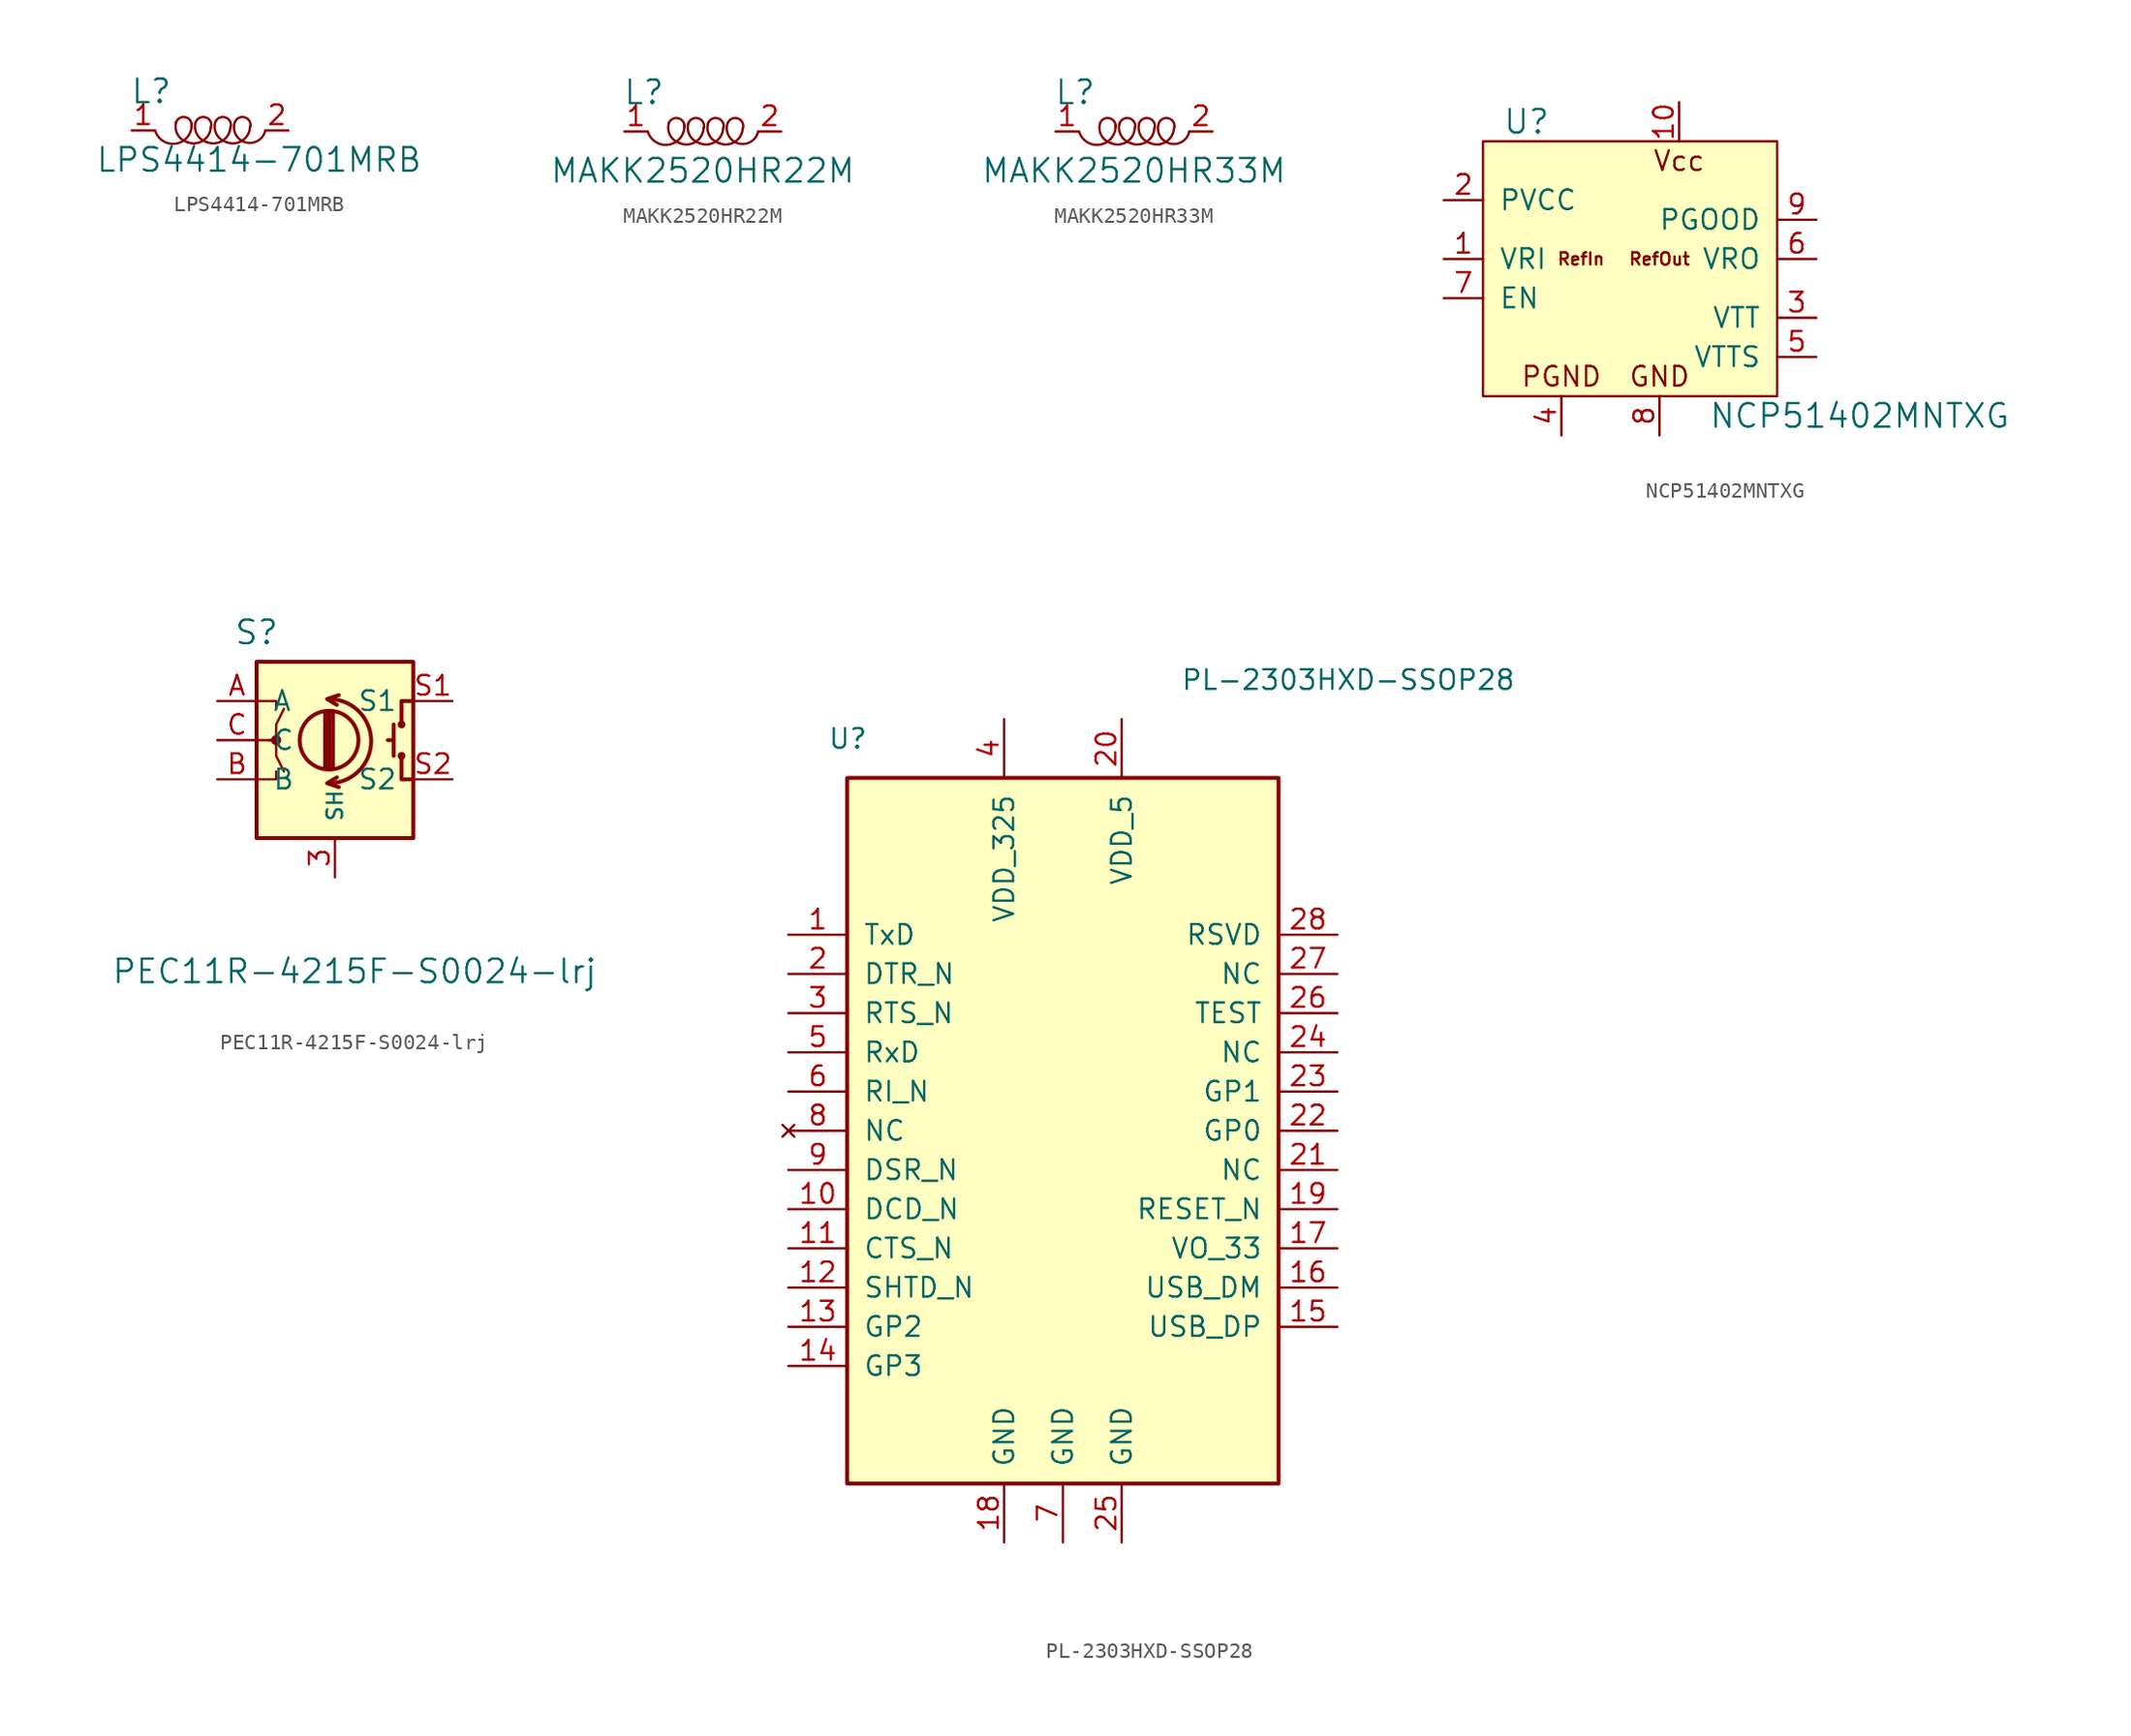
<source format=kicad_sym>
(kicad_symbol_lib
  (version 20211014)
  (generator kicad_symbol_editor)
  (symbol "LPS4414-701MRB"
    (pin_names
      (offset 1.016))
    (property "Reference" "L"
      (at -3.81 2.54 0)
      (effects (font (size 1.524 1.524))))
    (property "Value" "LPS4414-701MRB"
      (at 3.175 -1.905 0)
      (effects (font (size 1.524 1.524))))
    (symbol "LPS4414-701MRB_0_1"
      (arc (start -3.556 0) (mid -2.1694 -0.8461) (end -1.1938 0.4318) (stroke (width 0) (type default) (color 0 0 0 0)) (fill (type none)))
      (arc (start -2.2098 0.508) (mid -2.0918 -0.2848) (end -1.4478 -0.762) (stroke (width 0) (type default) (color 0 0 0 0)) (fill (type none)))
      (arc (start -1.4732 -0.762) (mid -0.4347 -0.6489) (end 0.0508 0.254) (stroke (width 0) (type default) (color 0 0 0 0)) (fill (type none)))
      (arc (start -1.1938 0.254) (mid -1.5764 0.8583) (end -2.2098 0.508) (stroke (width 0) (type default) (color 0 0 0 0)) (fill (type none)))
      (arc (start -0.9398 0.508) (mid -0.8218 -0.2848) (end -0.1778 -0.762) (stroke (width 0) (type default) (color 0 0 0 0)) (fill (type none)))
      (arc (start -0.2032 -0.762) (mid 0.8353 -0.6489) (end 1.3208 0.254) (stroke (width 0) (type default) (color 0 0 0 0)) (fill (type none)))
      (arc (start 0.0762 0.254) (mid -0.3064 0.8583) (end -0.9398 0.508) (stroke (width 0) (type default) (color 0 0 0 0)) (fill (type none)))
      (arc (start 0.3302 0.508) (mid 0.4482 -0.2848) (end 1.0922 -0.762) (stroke (width 0) (type default) (color 0 0 0 0)) (fill (type none)))
      (arc (start 1.0668 -0.762) (mid 2.1053 -0.6489) (end 2.5908 0.254) (stroke (width 0) (type default) (color 0 0 0 0)) (fill (type none)))
      (arc (start 1.3462 0.254) (mid 0.9636 0.8583) (end 0.3302 0.508) (stroke (width 0) (type default) (color 0 0 0 0)) (fill (type none)))
      (arc (start 1.5748 0.4318) (mid 2.3727 -0.7843) (end 3.5814 0) (stroke (width 0) (type default) (color 0 0 0 0)) (fill (type none)))
      (arc (start 2.6162 0.254) (mid 2.2336 0.8583) (end 1.6002 0.508) (stroke (width 0) (type default) (color 0 0 0 0)) (fill (type none))))
    (symbol "LPS4414-701MRB_1_1"
      (pin passive line (at -5.08 0 0) (length 1.499) (name "~" (effects (font (size 1.27 1.27)))) (number "1" (effects (font (size 1.27 1.27)))))
      (pin passive line (at 5.08 0 180) (length 1.499) (name "~" (effects (font (size 1.27 1.27)))) (number "2" (effects (font (size 1.27 1.27)))))))
  (symbol "MAKK2520HR22M"
    (pin_names
      (offset 1.016))
    (property "Reference" "L"
      (at -3.81 2.54 0)
      (effects (font (size 1.524 1.524))))
    (property "Value" "MAKK2520HR22M"
      (at 0 -2.54 0)
      (effects (font (size 1.524 1.524))))
    (symbol "MAKK2520HR22M_0_1"
      (arc (start -3.556 0) (mid -2.1694 -0.8461) (end -1.1938 0.4318) (stroke (width 0) (type default) (color 0 0 0 0)) (fill (type none)))
      (arc (start -2.2098 0.508) (mid -2.0918 -0.2848) (end -1.4478 -0.762) (stroke (width 0) (type default) (color 0 0 0 0)) (fill (type none)))
      (arc (start -1.4732 -0.762) (mid -0.4347 -0.6489) (end 0.0508 0.254) (stroke (width 0) (type default) (color 0 0 0 0)) (fill (type none)))
      (arc (start -1.1938 0.254) (mid -1.5764 0.8583) (end -2.2098 0.508) (stroke (width 0) (type default) (color 0 0 0 0)) (fill (type none)))
      (arc (start -0.9398 0.508) (mid -0.8218 -0.2848) (end -0.1778 -0.762) (stroke (width 0) (type default) (color 0 0 0 0)) (fill (type none)))
      (arc (start -0.2032 -0.762) (mid 0.8353 -0.6489) (end 1.3208 0.254) (stroke (width 0) (type default) (color 0 0 0 0)) (fill (type none)))
      (arc (start 0.0762 0.254) (mid -0.3064 0.8583) (end -0.9398 0.508) (stroke (width 0) (type default) (color 0 0 0 0)) (fill (type none)))
      (arc (start 0.3302 0.508) (mid 0.4482 -0.2848) (end 1.0922 -0.762) (stroke (width 0) (type default) (color 0 0 0 0)) (fill (type none)))
      (arc (start 1.0668 -0.762) (mid 2.1053 -0.6489) (end 2.5908 0.254) (stroke (width 0) (type default) (color 0 0 0 0)) (fill (type none)))
      (arc (start 1.3462 0.254) (mid 0.9636 0.8583) (end 0.3302 0.508) (stroke (width 0) (type default) (color 0 0 0 0)) (fill (type none)))
      (arc (start 1.5748 0.4318) (mid 2.3727 -0.7843) (end 3.5814 0) (stroke (width 0) (type default) (color 0 0 0 0)) (fill (type none)))
      (arc (start 2.6162 0.254) (mid 2.2336 0.8583) (end 1.6002 0.508) (stroke (width 0) (type default) (color 0 0 0 0)) (fill (type none))))
    (symbol "MAKK2520HR22M_1_1"
      (pin passive line (at -5.08 0 0) (length 1.499) (name "~" (effects (font (size 1.27 1.27)))) (number "1" (effects (font (size 1.27 1.27)))))
      (pin passive line (at 5.08 0 180) (length 1.499) (name "~" (effects (font (size 1.27 1.27)))) (number "2" (effects (font (size 1.27 1.27)))))))
  (symbol "MAKK2520HR33M"
    (pin_names
      (offset 1.016))
    (property "Reference" "L"
      (at -3.81 2.54 0)
      (effects (font (size 1.524 1.524))))
    (property "Value" "MAKK2520HR33M"
      (at 0 -2.54 0)
      (effects (font (size 1.524 1.524))))
    (symbol "MAKK2520HR33M_0_1"
      (arc (start -3.556 0) (mid -2.1694 -0.8461) (end -1.1938 0.4318) (stroke (width 0) (type default) (color 0 0 0 0)) (fill (type none)))
      (arc (start -2.2098 0.508) (mid -2.0918 -0.2848) (end -1.4478 -0.762) (stroke (width 0) (type default) (color 0 0 0 0)) (fill (type none)))
      (arc (start -1.4732 -0.762) (mid -0.4347 -0.6489) (end 0.0508 0.254) (stroke (width 0) (type default) (color 0 0 0 0)) (fill (type none)))
      (arc (start -1.1938 0.254) (mid -1.5764 0.8583) (end -2.2098 0.508) (stroke (width 0) (type default) (color 0 0 0 0)) (fill (type none)))
      (arc (start -0.9398 0.508) (mid -0.8218 -0.2848) (end -0.1778 -0.762) (stroke (width 0) (type default) (color 0 0 0 0)) (fill (type none)))
      (arc (start -0.2032 -0.762) (mid 0.8353 -0.6489) (end 1.3208 0.254) (stroke (width 0) (type default) (color 0 0 0 0)) (fill (type none)))
      (arc (start 0.0762 0.254) (mid -0.3064 0.8583) (end -0.9398 0.508) (stroke (width 0) (type default) (color 0 0 0 0)) (fill (type none)))
      (arc (start 0.3302 0.508) (mid 0.4482 -0.2848) (end 1.0922 -0.762) (stroke (width 0) (type default) (color 0 0 0 0)) (fill (type none)))
      (arc (start 1.0668 -0.762) (mid 2.1053 -0.6489) (end 2.5908 0.254) (stroke (width 0) (type default) (color 0 0 0 0)) (fill (type none)))
      (arc (start 1.3462 0.254) (mid 0.9636 0.8583) (end 0.3302 0.508) (stroke (width 0) (type default) (color 0 0 0 0)) (fill (type none)))
      (arc (start 1.5748 0.4318) (mid 2.3727 -0.7843) (end 3.5814 0) (stroke (width 0) (type default) (color 0 0 0 0)) (fill (type none)))
      (arc (start 2.6162 0.254) (mid 2.2336 0.8583) (end 1.6002 0.508) (stroke (width 0) (type default) (color 0 0 0 0)) (fill (type none))))
    (symbol "MAKK2520HR33M_1_1"
      (pin passive line (at -5.08 0 0) (length 1.499) (name "~" (effects (font (size 1.27 1.27)))) (number "1" (effects (font (size 1.27 1.27)))))
      (pin passive line (at 5.08 0 180) (length 1.499) (name "~" (effects (font (size 1.27 1.27)))) (number "2" (effects (font (size 1.27 1.27)))))))
  (symbol "NCP51402MNTXG"
    (pin_names
      (offset 1.016))
    (property "Reference" "U"
      (at -8.89 10.16 0)
      (effects (font (size 1.524 1.524)) (justify left)))
    (property "Value" "NCP51402MNTXG"
      (at 4.445 -8.89 0)
      (effects (font (size 1.524 1.524)) (justify left)))
    (symbol "NCP51402MNTXG_0_0"
      (text "GND" (at 1.27 -6.35 0) (effects (font (size 1.27 1.27))))
      (text "PGND" (at -5.08 -6.35 0) (effects (font (size 1.27 1.27))))
      (text "RefOut" (at 1.27 1.27 0) (effects (font (size 0.787 0.787))))
      (text "Vcc" (at 2.54 7.62 0) (effects (font (size 1.27 1.27)))))
    (symbol "NCP51402MNTXG_0_1"
      (rectangle (start -10.16 8.89) (end 8.89 -7.62) (stroke (width 0) (type default) (color 0 0 0 0)) (fill (type background))))
    (symbol "NCP51402MNTXG_1_1"
      (text "RefIn" (at -3.81 1.27 0) (effects (font (size 0.787 0.787))))
      (pin power_in line (at -12.7 1.27 0) (length 2.54) (name "VRI" (effects (font (size 1.27 1.27)))) (number "1" (effects (font (size 1.27 1.27)))))
      (pin power_in line (at 2.54 11.43 270) (length 2.54) (name "Vcc" (effects (font (size 0 0)))) (number "10" (effects (font (size 1.27 1.27)))))
      (pin passive line (at 1.27 -10.16 90) (length 2.54) hide (name "DAP" (effects (font (size 1.27 1.27)))) (number "11" (effects (font (size 1.27 1.27)))))
      (pin power_in line (at -12.7 5.08 0) (length 2.54) (name "PVCC" (effects (font (size 1.27 1.27)))) (number "2" (effects (font (size 1.27 1.27)))))
      (pin power_out line (at 11.43 -2.54 180) (length 2.54) (name "VTT" (effects (font (size 1.27 1.27)))) (number "3" (effects (font (size 1.27 1.27)))))
      (pin power_in line (at -5.08 -10.16 90) (length 2.54) (name "PGND" (effects (font (size 0 0)))) (number "4" (effects (font (size 1.27 1.27)))))
      (pin input line (at 11.43 -5.08 180) (length 2.54) (name "VTTS" (effects (font (size 1.27 1.27)))) (number "5" (effects (font (size 1.27 1.27)))))
      (pin power_out line (at 11.43 1.27 180) (length 2.54) (name "VRO" (effects (font (size 1.27 1.27)))) (number "6" (effects (font (size 1.27 1.27)))))
      (pin input line (at -12.7 -1.27 0) (length 2.54) (name "EN" (effects (font (size 1.27 1.27)))) (number "7" (effects (font (size 1.27 1.27)))))
      (pin power_in line (at 1.27 -10.16 90) (length 2.54) (name "GND" (effects (font (size 0 0)))) (number "8" (effects (font (size 1.27 1.27)))))
      (pin open_collector line (at 11.43 3.81 180) (length 2.54) (name "PGOOD" (effects (font (size 1.27 1.27)))) (number "9" (effects (font (size 1.27 1.27)))))))
  (symbol "PEC11R-4215F-S0024-lrj"
    (pin_names
      (offset 1.016))
    (property "Reference" "S"
      (at -5.08 6.985 0)
      (effects (font (size 1.524 1.524))))
    (property "Value" "PEC11R-4215F-S0024-lrj"
      (at 1.27 -14.986 0)
      (effects (font (size 1.524 1.524))))
    (symbol "PEC11R-4215F-S0024-lrj_1_1"
      (rectangle (start -5.08 5.08) (end 5.08 -6.35) (stroke (width 0.254) (type default) (color 0 0 0 0)) (fill (type background)))
      (circle (center -3.81 0) (radius 0.254) (stroke (width 0) (type default) (color 0 0 0 0)) (fill (type outline)))
      (arc (start -0.381 -2.794) (mid 2.3622 -0.0508) (end -0.381 2.667) (stroke (width 0.254) (type default) (color 0 0 0 0)) (fill (type none)))
      (circle (center -0.381 0) (radius 1.905) (stroke (width 0.254) (type default) (color 0 0 0 0)) (fill (type none)))
      (polyline (pts (xy -0.635 -1.778) (xy -0.635 1.778)) (stroke (width 0.254) (type default) (color 0 0 0 0)) (fill (type none)))
      (polyline (pts (xy -0.381 -1.778) (xy -0.381 1.778)) (stroke (width 0.254) (type default) (color 0 0 0 0)) (fill (type none)))
      (polyline (pts (xy -0.127 1.778) (xy -0.127 -1.778)) (stroke (width 0.254) (type default) (color 0 0 0 0)) (fill (type none)))
      (polyline (pts (xy 3.81 0) (xy 3.429 0)) (stroke (width 0.254) (type default) (color 0 0 0 0)) (fill (type none)))
      (polyline (pts (xy 3.81 1.016) (xy 3.81 -1.016)) (stroke (width 0.254) (type default) (color 0 0 0 0)) (fill (type none)))
      (polyline (pts (xy -5.08 -2.54) (xy -3.81 -2.54) (xy -3.81 -2.032)) (stroke (width 0) (type default) (color 0 0 0 0)) (fill (type none)))
      (polyline (pts (xy -5.08 2.54) (xy -3.81 2.54) (xy -3.81 2.032)) (stroke (width 0) (type default) (color 0 0 0 0)) (fill (type none)))
      (polyline (pts (xy 0.254 -3.048) (xy -0.508 -2.794) (xy 0.127 -2.413)) (stroke (width 0.254) (type default) (color 0 0 0 0)) (fill (type none)))
      (polyline (pts (xy 0.254 2.921) (xy -0.508 2.667) (xy 0.127 2.286)) (stroke (width 0.254) (type default) (color 0 0 0 0)) (fill (type none)))
      (polyline (pts (xy 5.08 -2.54) (xy 4.318 -2.54) (xy 4.318 -1.016)) (stroke (width 0.254) (type default) (color 0 0 0 0)) (fill (type none)))
      (polyline (pts (xy 5.08 2.54) (xy 4.318 2.54) (xy 4.318 1.016)) (stroke (width 0.254) (type default) (color 0 0 0 0)) (fill (type none)))
      (polyline (pts (xy -5.08 0) (xy -3.81 0) (xy -3.81 -1.016) (xy -3.302 -2.032)) (stroke (width 0) (type default) (color 0 0 0 0)) (fill (type none)))
      (polyline (pts (xy -4.318 0) (xy -3.81 0) (xy -3.81 1.016) (xy -3.302 2.032)) (stroke (width 0) (type default) (color 0 0 0 0)) (fill (type none)))
      (circle (center 4.318 -1.016) (radius 0.127) (stroke (width 0.254) (type default) (color 0 0 0 0)) (fill (type none)))
      (circle (center 4.318 1.016) (radius 0.127) (stroke (width 0.254) (type default) (color 0 0 0 0)) (fill (type none)))
      (pin passive line (at 0 -8.89 90) (length 2.54) (name "SH" (effects (font (size 0.991 0.991)))) (number "3" (effects (font (size 1.27 1.27)))))
      (pin passive line (at -7.62 2.54 0) (length 2.54) (name "A" (effects (font (size 1.27 1.27)))) (number "A" (effects (font (size 1.27 1.27)))))
      (pin passive line (at -7.62 -2.54 0) (length 2.54) (name "B" (effects (font (size 1.27 1.27)))) (number "B" (effects (font (size 1.27 1.27)))))
      (pin passive line (at -7.62 0 0) (length 2.54) (name "C" (effects (font (size 1.27 1.27)))) (number "C" (effects (font (size 1.27 1.27)))))
      (pin passive line (at 7.62 2.54 180) (length 2.54) (name "S1" (effects (font (size 1.27 1.27)))) (number "S1" (effects (font (size 1.27 1.27)))))
      (pin passive line (at 7.62 -2.54 180) (length 2.54) (name "S2" (effects (font (size 1.27 1.27)))) (number "S2" (effects (font (size 1.27 1.27)))))))
  (symbol "PL-2303HXD-SSOP28"
    (pin_names
      (offset 1.016))
    (property "Reference" "U"
      (at -15.24 25.4 0)
      (effects (font (size 1.27 1.27)) (justify left)))
    (property "Value" "PL-2303HXD-SSOP28"
      (at 7.62 29.21 0)
      (effects (font (size 1.27 1.27)) (justify left)))
    (symbol "PL-2303HXD-SSOP28_0_1"
      (rectangle (start -13.97 22.86) (end 13.97 -22.86) (stroke (width 0.254) (type default) (color 0 0 0 0)) (fill (type background)))
      (pin output line (at -17.78 12.7 0) (length 3.81) (name "TxD" (effects (font (size 1.27 1.27)))) (number "1" (effects (font (size 1.27 1.27)))))
      (pin bidirectional line (at -17.78 -5.08 0) (length 3.81) (name "DCD_N" (effects (font (size 1.27 1.27)))) (number "10" (effects (font (size 1.27 1.27)))))
      (pin bidirectional line (at -17.78 -7.62 0) (length 3.81) (name "CTS_N" (effects (font (size 1.27 1.27)))) (number "11" (effects (font (size 1.27 1.27)))))
      (pin bidirectional line (at -17.78 -10.16 0) (length 3.81) (name "SHTD_N" (effects (font (size 1.27 1.27)))) (number "12" (effects (font (size 1.27 1.27)))))
      (pin bidirectional line (at -17.78 -12.7 0) (length 3.81) (name "GP2" (effects (font (size 1.27 1.27)))) (number "13" (effects (font (size 1.27 1.27)))))
      (pin bidirectional line (at -17.78 -15.24 0) (length 3.81) (name "GP3" (effects (font (size 1.27 1.27)))) (number "14" (effects (font (size 1.27 1.27)))))
      (pin bidirectional line (at 17.78 -10.16 180) (length 3.81) (name "USB_DM" (effects (font (size 1.27 1.27)))) (number "16" (effects (font (size 1.27 1.27)))))
      (pin power_in line (at 17.78 -7.62 180) (length 3.81) (name "VO_33" (effects (font (size 1.27 1.27)))) (number "17" (effects (font (size 1.27 1.27)))))
      (pin bidirectional line (at -3.81 -26.67 90) (length 3.81) (name "GND" (effects (font (size 1.27 1.27)))) (number "18" (effects (font (size 1.27 1.27)))))
      (pin bidirectional line (at 17.78 -5.08 180) (length 3.81) (name "RESET_N" (effects (font (size 1.27 1.27)))) (number "19" (effects (font (size 1.27 1.27)))))
      (pin bidirectional line (at -17.78 10.16 0) (length 3.81) (name "DTR_N" (effects (font (size 1.27 1.27)))) (number "2" (effects (font (size 1.27 1.27)))))
      (pin bidirectional line (at 17.78 7.62 180) (length 3.81) (name "TEST" (effects (font (size 1.27 1.27)))) (number "26" (effects (font (size 1.27 1.27)))))
      (pin bidirectional line (at 17.78 10.16 180) (length 3.81) (name "NC" (effects (font (size 1.27 1.27)))) (number "27" (effects (font (size 1.27 1.27)))))
      (pin bidirectional line (at 17.78 12.7 180) (length 3.81) (name "RSVD" (effects (font (size 1.27 1.27)))) (number "28" (effects (font (size 1.27 1.27)))))
      (pin bidirectional line (at -17.78 7.62 0) (length 3.81) (name "RTS_N" (effects (font (size 1.27 1.27)))) (number "3" (effects (font (size 1.27 1.27)))))
      (pin power_in line (at -3.81 26.67 270) (length 3.81) (name "VDD_325" (effects (font (size 1.27 1.27)))) (number "4" (effects (font (size 1.27 1.27)))))
      (pin bidirectional line (at -17.78 5.08 0) (length 3.81) (name "RxD" (effects (font (size 1.27 1.27)))) (number "5" (effects (font (size 1.27 1.27)))))
      (pin bidirectional line (at -17.78 2.54 0) (length 3.81) (name "RI_N" (effects (font (size 1.27 1.27)))) (number "6" (effects (font (size 1.27 1.27)))))
      (pin power_in line (at 0 -26.67 90) (length 3.81) (name "GND" (effects (font (size 1.27 1.27)))) (number "7" (effects (font (size 1.27 1.27)))))
      (pin no_connect line (at -17.78 0 0) (length 3.81) (name "NC" (effects (font (size 1.27 1.27)))) (number "8" (effects (font (size 1.27 1.27)))))
      (pin bidirectional line (at -17.78 -2.54 0) (length 3.81) (name "DSR_N" (effects (font (size 1.27 1.27)))) (number "9" (effects (font (size 1.27 1.27))))))
    (symbol "PL-2303HXD-SSOP28_1_1"
      (pin bidirectional line (at 17.78 -12.7 180) (length 3.81) (name "USB_DP" (effects (font (size 1.27 1.27)))) (number "15" (effects (font (size 1.27 1.27)))))
      (pin power_in line (at 3.81 26.67 270) (length 3.81) (name "VDD_5" (effects (font (size 1.27 1.27)))) (number "20" (effects (font (size 1.27 1.27)))))
      (pin bidirectional line (at 17.78 -2.54 180) (length 3.81) (name "NC" (effects (font (size 1.27 1.27)))) (number "21" (effects (font (size 1.27 1.27)))))
      (pin bidirectional line (at 17.78 0 180) (length 3.81) (name "GP0" (effects (font (size 1.27 1.27)))) (number "22" (effects (font (size 1.27 1.27)))))
      (pin bidirectional line (at 17.78 2.54 180) (length 3.81) (name "GP1" (effects (font (size 1.27 1.27)))) (number "23" (effects (font (size 1.27 1.27)))))
      (pin bidirectional line (at 17.78 5.08 180) (length 3.81) (name "NC" (effects (font (size 1.27 1.27)))) (number "24" (effects (font (size 1.27 1.27)))))
      (pin power_in line (at 3.81 -26.67 90) (length 3.81) (name "GND" (effects (font (size 1.27 1.27)))) (number "25" (effects (font (size 1.27 1.27))))))))
</source>
